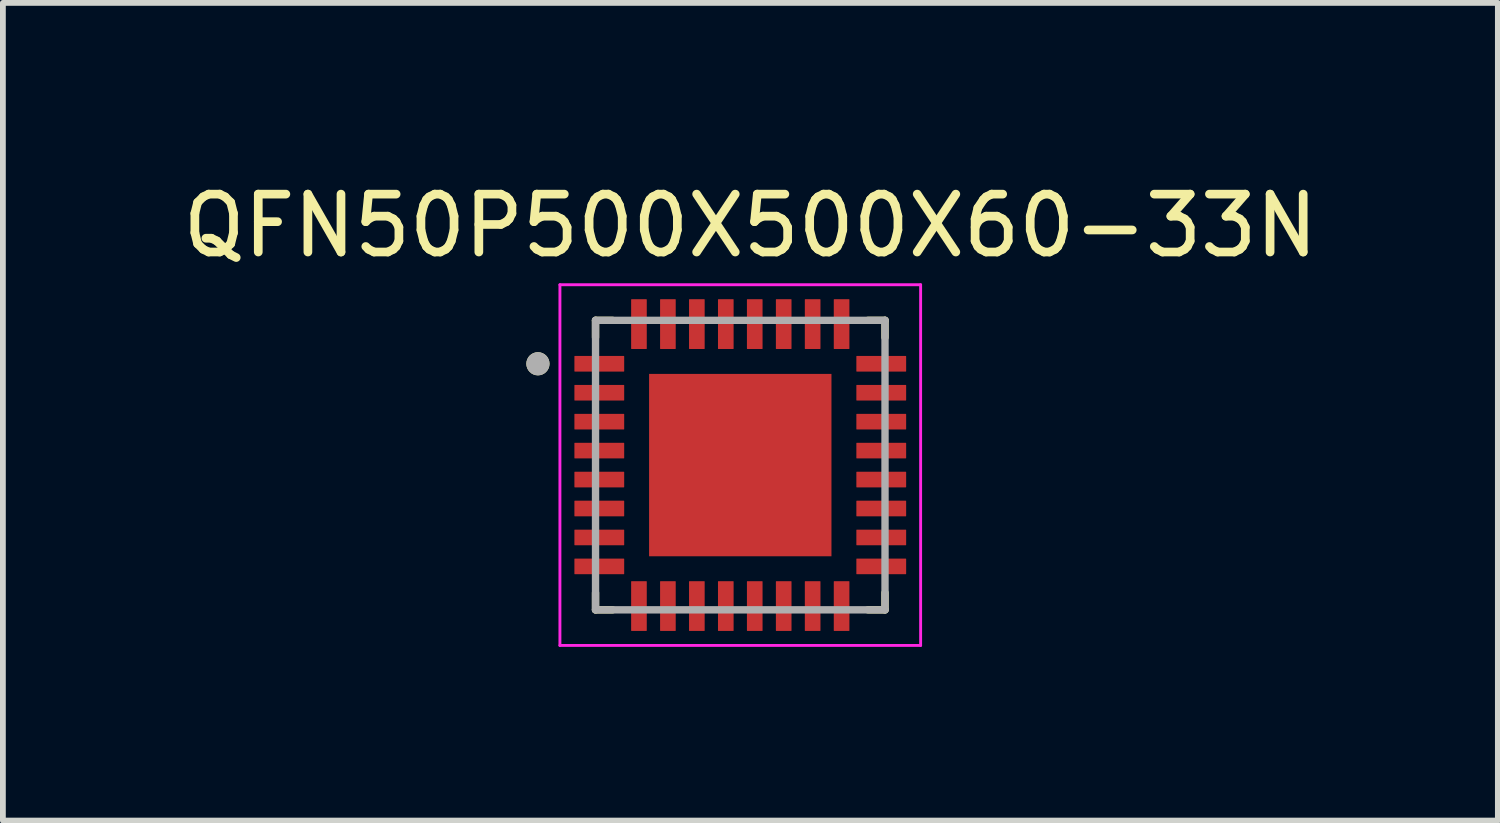
<source format=kicad_pcb>
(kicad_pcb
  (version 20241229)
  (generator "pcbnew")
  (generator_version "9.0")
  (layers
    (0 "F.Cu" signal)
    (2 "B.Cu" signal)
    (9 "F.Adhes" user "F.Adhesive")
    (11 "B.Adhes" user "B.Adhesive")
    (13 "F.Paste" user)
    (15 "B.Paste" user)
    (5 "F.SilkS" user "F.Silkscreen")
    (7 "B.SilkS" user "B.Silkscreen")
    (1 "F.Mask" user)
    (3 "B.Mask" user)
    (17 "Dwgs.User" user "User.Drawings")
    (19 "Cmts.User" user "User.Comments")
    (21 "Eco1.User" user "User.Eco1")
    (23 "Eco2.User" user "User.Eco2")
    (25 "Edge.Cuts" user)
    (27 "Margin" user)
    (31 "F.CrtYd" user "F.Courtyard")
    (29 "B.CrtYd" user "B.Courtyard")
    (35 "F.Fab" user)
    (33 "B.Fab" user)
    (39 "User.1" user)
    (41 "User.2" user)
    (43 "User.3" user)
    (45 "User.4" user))
  (footprint "QFN50P500X500X60-33N"
    (layer "F.Cu")
    (at 9.736 4.983)
    (property "Reference" "QFN50P500X500X60-33N" (at 0.175 -4.135 0) (layer "F.SilkS") (effects (font (size 1 1) (thickness 0.15))))
    (attr smd)
    (fp_line (start -2.5 -2.5) (end -2.5 -2.205) (stroke (width 0.127) (type solid)) (layer "F.SilkS"))
    (fp_line (start -2.5 -2.5) (end -2.205 -2.5) (stroke (width 0.127) (type solid)) (layer "F.SilkS"))
    (fp_line (start -2.5 2.5) (end -2.5 2.205) (stroke (width 0.127) (type solid)) (layer "F.SilkS"))
    (fp_line (start -2.5 2.5) (end -2.205 2.5) (stroke (width 0.127) (type solid)) (layer "F.SilkS"))
    (fp_line (start 2.5 -2.5) (end 2.205 -2.5) (stroke (width 0.127) (type solid)) (layer "F.SilkS"))
    (fp_line (start 2.5 -2.5) (end 2.5 -2.205) (stroke (width 0.127) (type solid)) (layer "F.SilkS"))
    (fp_line (start 2.5 2.5) (end 2.205 2.5) (stroke (width 0.127) (type solid)) (layer "F.SilkS"))
    (fp_line (start 2.5 2.5) (end 2.5 2.205) (stroke (width 0.127) (type solid)) (layer "F.SilkS"))
    (fp_circle (center -3.495 -1.75) (end -3.395 -1.75) (stroke (width 0.2) (type solid)) (fill no) (layer "F.SilkS"))
    (fp_poly (pts (xy -1 -1) (xy 1 -1) (xy 1 1) (xy -1 1)) (stroke (width 0.01) (type solid)) (fill yes) (layer "F.Paste"))
    (fp_line (start -3.115 -3.115) (end 3.115 -3.115) (stroke (width 0.05) (type solid)) (layer "F.CrtYd"))
    (fp_line (start -3.115 3.115) (end -3.115 -3.115) (stroke (width 0.05) (type solid)) (layer "F.CrtYd"))
    (fp_line (start -3.115 3.115) (end 3.115 3.115) (stroke (width 0.05) (type solid)) (layer "F.CrtYd"))
    (fp_line (start 3.115 3.115) (end 3.115 -3.115) (stroke (width 0.05) (type solid)) (layer "F.CrtYd"))
    (fp_line (start -2.5 2.5) (end -2.5 -2.5) (stroke (width 0.127) (type solid)) (layer "F.Fab"))
    (fp_line (start 2.5 -2.5) (end -2.5 -2.5) (stroke (width 0.127) (type solid)) (layer "F.Fab"))
    (fp_line (start 2.5 2.5) (end -2.5 2.5) (stroke (width 0.127) (type solid)) (layer "F.Fab"))
    (fp_line (start 2.5 2.5) (end 2.5 -2.5) (stroke (width 0.127) (type solid)) (layer "F.Fab"))
    (fp_circle (center -3.495 -1.75) (end -3.395 -1.75) (stroke (width 0.2) (type solid)) (fill no) (layer "F.Fab"))
    (pad "1" smd roundrect (at -2.435 -1.75) (size 0.86 0.27) (layers "F.Cu" "F.Mask" "F.Paste") (roundrect_rratio 0.03))
    (pad "2" smd roundrect (at -2.435 -1.25) (size 0.86 0.27) (layers "F.Cu" "F.Mask" "F.Paste") (roundrect_rratio 0.03))
    (pad "3" smd roundrect (at -2.435 -0.75) (size 0.86 0.27) (layers "F.Cu" "F.Mask" "F.Paste") (roundrect_rratio 0.03))
    (pad "4" smd roundrect (at -2.435 -0.25) (size 0.86 0.27) (layers "F.Cu" "F.Mask" "F.Paste") (roundrect_rratio 0.03))
    (pad "5" smd roundrect (at -2.435 0.25) (size 0.86 0.27) (layers "F.Cu" "F.Mask" "F.Paste") (roundrect_rratio 0.03))
    (pad "6" smd roundrect (at -2.435 0.75) (size 0.86 0.27) (layers "F.Cu" "F.Mask" "F.Paste") (roundrect_rratio 0.03))
    (pad "7" smd roundrect (at -2.435 1.25) (size 0.86 0.27) (layers "F.Cu" "F.Mask" "F.Paste") (roundrect_rratio 0.03))
    (pad "8" smd roundrect (at -2.435 1.75) (size 0.86 0.27) (layers "F.Cu" "F.Mask" "F.Paste") (roundrect_rratio 0.03))
    (pad "9" smd roundrect (at -1.75 2.435 90) (size 0.86 0.27) (layers "F.Cu" "F.Mask" "F.Paste") (roundrect_rratio 0.03))
    (pad "10" smd roundrect (at -1.25 2.435 90) (size 0.86 0.27) (layers "F.Cu" "F.Mask" "F.Paste") (roundrect_rratio 0.03))
    (pad "11" smd roundrect (at -0.75 2.435 90) (size 0.86 0.27) (layers "F.Cu" "F.Mask" "F.Paste") (roundrect_rratio 0.03))
    (pad "12" smd roundrect (at -0.25 2.435 90) (size 0.86 0.27) (layers "F.Cu" "F.Mask" "F.Paste") (roundrect_rratio 0.03))
    (pad "13" smd roundrect (at 0.25 2.435 90) (size 0.86 0.27) (layers "F.Cu" "F.Mask" "F.Paste") (roundrect_rratio 0.03))
    (pad "14" smd roundrect (at 0.75 2.435 90) (size 0.86 0.27) (layers "F.Cu" "F.Mask" "F.Paste") (roundrect_rratio 0.03))
    (pad "15" smd roundrect (at 1.25 2.435 90) (size 0.86 0.27) (layers "F.Cu" "F.Mask" "F.Paste") (roundrect_rratio 0.03))
    (pad "16" smd roundrect (at 1.75 2.435 90) (size 0.86 0.27) (layers "F.Cu" "F.Mask" "F.Paste") (roundrect_rratio 0.03))
    (pad "17" smd roundrect (at 2.435 1.75) (size 0.86 0.27) (layers "F.Cu" "F.Mask" "F.Paste") (roundrect_rratio 0.03))
    (pad "18" smd roundrect (at 2.435 1.25) (size 0.86 0.27) (layers "F.Cu" "F.Mask" "F.Paste") (roundrect_rratio 0.03))
    (pad "19" smd roundrect (at 2.435 0.75) (size 0.86 0.27) (layers "F.Cu" "F.Mask" "F.Paste") (roundrect_rratio 0.03))
    (pad "20" smd roundrect (at 2.435 0.25) (size 0.86 0.27) (layers "F.Cu" "F.Mask" "F.Paste") (roundrect_rratio 0.03))
    (pad "21" smd roundrect (at 2.435 -0.25) (size 0.86 0.27) (layers "F.Cu" "F.Mask" "F.Paste") (roundrect_rratio 0.03))
    (pad "22" smd roundrect (at 2.435 -0.75) (size 0.86 0.27) (layers "F.Cu" "F.Mask" "F.Paste") (roundrect_rratio 0.03))
    (pad "23" smd roundrect (at 2.435 -1.25) (size 0.86 0.27) (layers "F.Cu" "F.Mask" "F.Paste") (roundrect_rratio 0.03))
    (pad "24" smd roundrect (at 2.435 -1.75) (size 0.86 0.27) (layers "F.Cu" "F.Mask" "F.Paste") (roundrect_rratio 0.03))
    (pad "25" smd roundrect (at 1.75 -2.435 90) (size 0.86 0.27) (layers "F.Cu" "F.Mask" "F.Paste") (roundrect_rratio 0.03))
    (pad "26" smd roundrect (at 1.25 -2.435 90) (size 0.86 0.27) (layers "F.Cu" "F.Mask" "F.Paste") (roundrect_rratio 0.03))
    (pad "27" smd roundrect (at 0.75 -2.435 90) (size 0.86 0.27) (layers "F.Cu" "F.Mask" "F.Paste") (roundrect_rratio 0.03))
    (pad "28" smd roundrect (at 0.25 -2.435 90) (size 0.86 0.27) (layers "F.Cu" "F.Mask" "F.Paste") (roundrect_rratio 0.03))
    (pad "29" smd roundrect (at -0.25 -2.435 90) (size 0.86 0.27) (layers "F.Cu" "F.Mask" "F.Paste") (roundrect_rratio 0.03))
    (pad "30" smd roundrect (at -0.75 -2.435 90) (size 0.86 0.27) (layers "F.Cu" "F.Mask" "F.Paste") (roundrect_rratio 0.03))
    (pad "31" smd roundrect (at -1.25 -2.435 90) (size 0.86 0.27) (layers "F.Cu" "F.Mask" "F.Paste") (roundrect_rratio 0.03))
    (pad "32" smd roundrect (at -1.75 -2.435 90) (size 0.86 0.27) (layers "F.Cu" "F.Mask" "F.Paste") (roundrect_rratio 0.03))
    (pad "33" smd rect (at 0 0) (size 3.15 3.15) (layers "F.Cu" "F.Mask")))
  (gr_rect
    (start -3 -3)
    (end 22.821 11.123)
    (stroke (width 0.1) (type default))
    (fill no)
    (layer "Edge.Cuts")))
</source>
